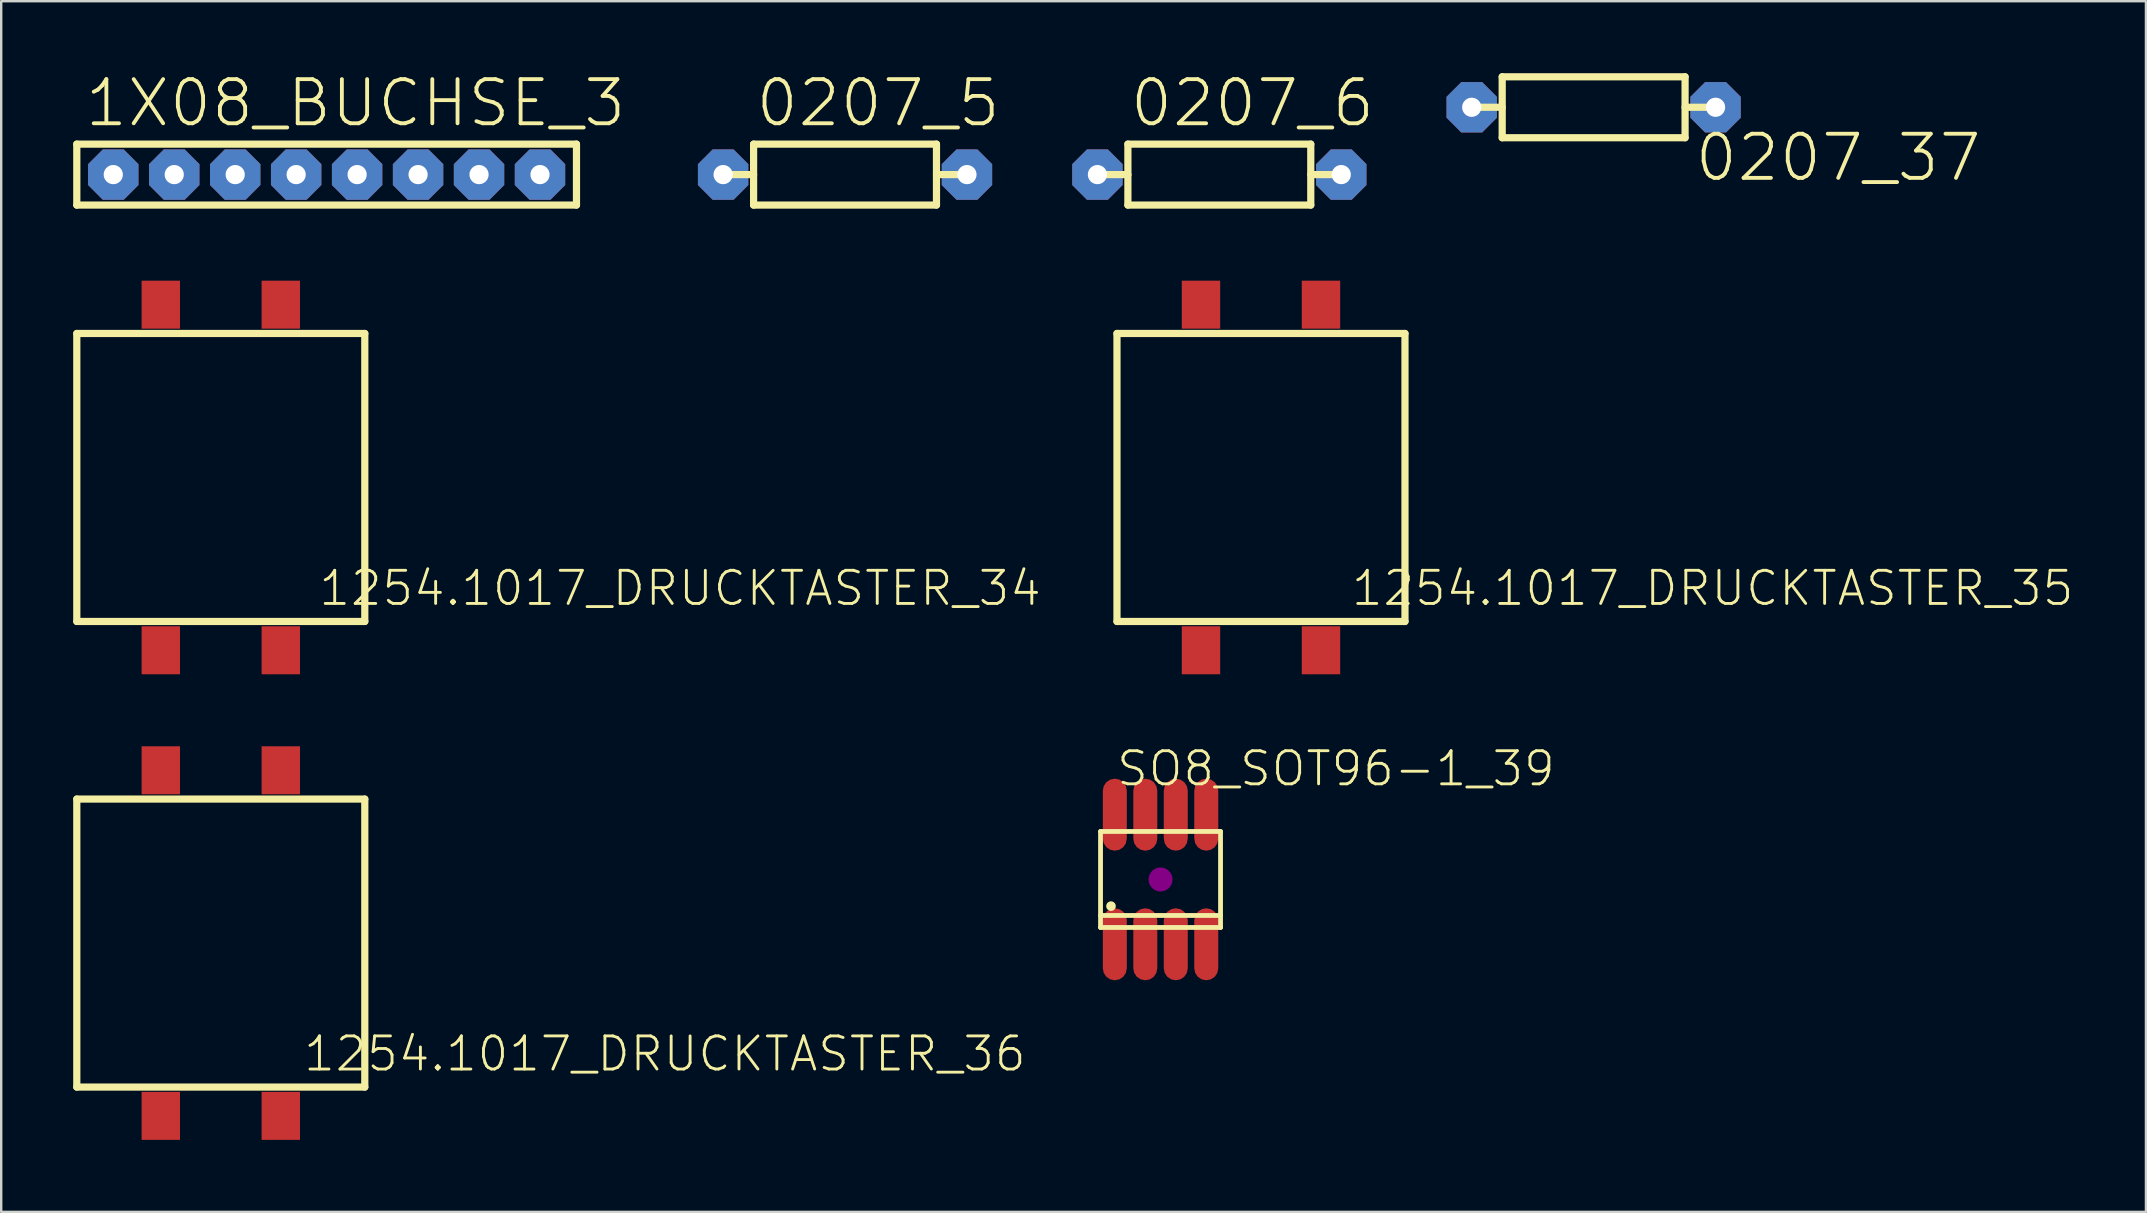
<source format=kicad_pcb>
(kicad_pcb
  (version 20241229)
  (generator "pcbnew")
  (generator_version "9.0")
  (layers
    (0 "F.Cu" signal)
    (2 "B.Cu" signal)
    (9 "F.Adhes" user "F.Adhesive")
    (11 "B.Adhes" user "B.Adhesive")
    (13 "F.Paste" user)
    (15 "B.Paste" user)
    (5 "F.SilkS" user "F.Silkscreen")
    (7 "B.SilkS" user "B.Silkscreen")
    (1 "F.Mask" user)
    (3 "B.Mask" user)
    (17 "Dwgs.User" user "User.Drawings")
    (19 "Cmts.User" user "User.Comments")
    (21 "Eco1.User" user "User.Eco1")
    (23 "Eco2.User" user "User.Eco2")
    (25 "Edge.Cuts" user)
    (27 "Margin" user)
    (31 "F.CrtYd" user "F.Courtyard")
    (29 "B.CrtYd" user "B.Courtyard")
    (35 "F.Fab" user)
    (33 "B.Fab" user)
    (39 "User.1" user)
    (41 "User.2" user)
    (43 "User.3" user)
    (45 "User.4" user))
  (footprint "1X08_BUCHSE_3"
    (layer "F.Cu")
    (at 10.56 4.225)
    (property "Reference" "1X08_BUCHSE_3" (at -10.16 -1.905 0) (layer "F.SilkS") (effects (font (size 1.84 1.84) (thickness 0.16)) (justify left bottom)))
    (fp_line (start -10.41 -1.27) (end -10.41 1.27) (stroke (width 0.3) (type solid)) (layer "F.SilkS"))
    (fp_line (start -10.41 1.27) (end 10.41 1.27) (stroke (width 0.3) (type solid)) (layer "F.SilkS"))
    (fp_line (start 10.41 -1.27) (end -10.41 -1.27) (stroke (width 0.3) (type solid)) (layer "F.SilkS"))
    (fp_line (start 10.41 1.27) (end 10.41 -1.27) (stroke (width 0.3) (type solid)) (layer "F.SilkS"))
    (pad "1" thru_hole roundrect (at -8.89 0) (size 2.1 2.1) (drill 0.8) (layers "*.Cu" "*.Mask") (roundrect_rratio 0.25) (chamfer_ratio 0.293) (chamfer top_left top_right bottom_left bottom_right))
    (pad "2" thru_hole roundrect (at -6.35 0) (size 2.1 2.1) (drill 0.8) (layers "*.Cu" "*.Mask") (roundrect_rratio 0.25) (chamfer_ratio 0.293) (chamfer top_left top_right bottom_left bottom_right))
    (pad "3" thru_hole roundrect (at -3.81 0) (size 2.1 2.1) (drill 0.8) (layers "*.Cu" "*.Mask") (roundrect_rratio 0.25) (chamfer_ratio 0.293) (chamfer top_left top_right bottom_left bottom_right))
    (pad "4" thru_hole roundrect (at -1.27 0) (size 2.1 2.1) (drill 0.8) (layers "*.Cu" "*.Mask") (roundrect_rratio 0.25) (chamfer_ratio 0.293) (chamfer top_left top_right bottom_left bottom_right))
    (pad "5" thru_hole roundrect (at 1.27 0) (size 2.1 2.1) (drill 0.8) (layers "*.Cu" "*.Mask") (roundrect_rratio 0.25) (chamfer_ratio 0.293) (chamfer top_left top_right bottom_left bottom_right))
    (pad "6" thru_hole roundrect (at 3.81 0) (size 2.1 2.1) (drill 0.8) (layers "*.Cu" "*.Mask") (roundrect_rratio 0.25) (chamfer_ratio 0.293) (chamfer top_left top_right bottom_left bottom_right))
    (pad "7" thru_hole roundrect (at 6.35 0) (size 2.1 2.1) (drill 0.8) (layers "*.Cu" "*.Mask") (roundrect_rratio 0.25) (chamfer_ratio 0.293) (chamfer top_left top_right bottom_left bottom_right))
    (pad "8" thru_hole roundrect (at 8.89 0) (size 2.1 2.1) (drill 0.8) (layers "*.Cu" "*.Mask") (roundrect_rratio 0.25) (chamfer_ratio 0.293) (chamfer top_left top_right bottom_left bottom_right)))
  (footprint "0207_6"
    (layer "F.Cu")
    (at 47.756 4.225)
    (property "Reference" "0207_6" (at -3.81 -1.905 0) (layer "F.SilkS") (effects (font (size 1.84 1.84) (thickness 0.16)) (justify left bottom)))
    (fp_line (start -5.08 0) (end -3.81 0) (stroke (width 0.3) (type solid)) (layer "F.SilkS"))
    (fp_line (start -3.81 -1.27) (end 3.81 -1.27) (stroke (width 0.3) (type solid)) (layer "F.SilkS"))
    (fp_line (start -3.81 1.27) (end -3.81 -1.27) (stroke (width 0.3) (type solid)) (layer "F.SilkS"))
    (fp_line (start 3.81 -1.27) (end 3.81 1.27) (stroke (width 0.3) (type solid)) (layer "F.SilkS"))
    (fp_line (start 3.81 0) (end 5.08 0) (stroke (width 0.3) (type solid)) (layer "F.SilkS"))
    (fp_line (start 3.81 1.27) (end -3.81 1.27) (stroke (width 0.3) (type solid)) (layer "F.SilkS"))
    (pad "1" thru_hole roundrect (at -5.08 0) (size 2.1 2.1) (drill 0.8) (layers "*.Cu" "*.Mask") (roundrect_rratio 0.25) (chamfer_ratio 0.293) (chamfer top_left top_right bottom_left bottom_right))
    (pad "2" thru_hole roundrect (at 5.08 0) (size 2.1 2.1) (drill 0.8) (layers "*.Cu" "*.Mask") (roundrect_rratio 0.25) (chamfer_ratio 0.293) (chamfer top_left top_right bottom_left bottom_right)))
  (footprint "0207_5"
    (layer "F.Cu")
    (at 32.16 4.225)
    (property "Reference" "0207_5" (at -3.81 -1.905 0) (layer "F.SilkS") (effects (font (size 1.84 1.84) (thickness 0.16)) (justify left bottom)))
    (fp_line (start -5.08 0) (end -3.81 0) (stroke (width 0.3) (type solid)) (layer "F.SilkS"))
    (fp_line (start -3.81 -1.27) (end 3.81 -1.27) (stroke (width 0.3) (type solid)) (layer "F.SilkS"))
    (fp_line (start -3.81 1.27) (end -3.81 -1.27) (stroke (width 0.3) (type solid)) (layer "F.SilkS"))
    (fp_line (start 3.81 -1.27) (end 3.81 1.27) (stroke (width 0.3) (type solid)) (layer "F.SilkS"))
    (fp_line (start 3.81 0) (end 5.08 0) (stroke (width 0.3) (type solid)) (layer "F.SilkS"))
    (fp_line (start 3.81 1.27) (end -3.81 1.27) (stroke (width 0.3) (type solid)) (layer "F.SilkS"))
    (pad "1" thru_hole roundrect (at -5.08 0) (size 2.1 2.1) (drill 0.8) (layers "*.Cu" "*.Mask") (roundrect_rratio 0.25) (chamfer_ratio 0.293) (chamfer top_left top_right bottom_left bottom_right))
    (pad "2" thru_hole roundrect (at 5.08 0) (size 2.1 2.1) (drill 0.8) (layers "*.Cu" "*.Mask") (roundrect_rratio 0.25) (chamfer_ratio 0.293) (chamfer top_left top_right bottom_left bottom_right)))
  (footprint "1254.1017_DRUCKTASTER_35"
    (layer "F.Cu")
    (at 49.491 16.845)
    (property "Reference" "1254.1017_DRUCKTASTER_35" (at 3.692 5.423 0) (layer "F.SilkS") (effects (font (size 1.38 1.38) (thickness 0.12)) (justify left bottom)))
    (fp_line (start -6 -6) (end 6 -6) (stroke (width 0.3) (type solid)) (layer "F.SilkS"))
    (fp_line (start -6 6) (end -6 -6) (stroke (width 0.3) (type solid)) (layer "F.SilkS"))
    (fp_line (start 6 -6) (end 6 6) (stroke (width 0.3) (type solid)) (layer "F.SilkS"))
    (fp_line (start 6 6) (end -6 6) (stroke (width 0.3) (type solid)) (layer "F.SilkS"))
    (pad "1" smd rect (at -2.5 -7.2) (size 1.6 2) (layers "F.Cu" "F.Mask" "F.Paste"))
    (pad "2" smd rect (at 2.5 -7.2) (size 1.6 2) (layers "F.Cu" "F.Mask" "F.Paste"))
    (pad "VIA_2" smd rect (at -2.5 7.2) (size 1.6 2) (layers "F.Cu" "F.Mask" "F.Paste"))
    (pad "VIA_3" smd rect (at 2.5 7.2) (size 1.6 2) (layers "F.Cu" "F.Mask" "F.Paste")))
  (footprint "0207_37"
    (layer "F.Cu")
    (at 63.352 1.42)
    (property "Reference" "0207_37" (at 4.128 3.175 0) (layer "F.SilkS") (effects (font (size 1.84 1.84) (thickness 0.16)) (justify left bottom)))
    (fp_line (start -5.08 0) (end -3.81 0) (stroke (width 0.3) (type solid)) (layer "F.SilkS"))
    (fp_line (start -3.81 -1.27) (end 3.81 -1.27) (stroke (width 0.3) (type solid)) (layer "F.SilkS"))
    (fp_line (start -3.81 1.27) (end -3.81 -1.27) (stroke (width 0.3) (type solid)) (layer "F.SilkS"))
    (fp_line (start 3.81 -1.27) (end 3.81 1.27) (stroke (width 0.3) (type solid)) (layer "F.SilkS"))
    (fp_line (start 3.81 0) (end 5.08 0) (stroke (width 0.3) (type solid)) (layer "F.SilkS"))
    (fp_line (start 3.81 1.27) (end -3.81 1.27) (stroke (width 0.3) (type solid)) (layer "F.SilkS"))
    (pad "1" thru_hole roundrect (at -5.08 0) (size 2.1 2.1) (drill 0.8) (layers "*.Cu" "*.Mask") (roundrect_rratio 0.25) (chamfer_ratio 0.293) (chamfer top_left top_right bottom_left bottom_right))
    (pad "2" thru_hole roundrect (at 5.08 0) (size 2.1 2.1) (drill 0.8) (layers "*.Cu" "*.Mask") (roundrect_rratio 0.25) (chamfer_ratio 0.293) (chamfer top_left top_right bottom_left bottom_right)))
  (footprint "1254.1017_DRUCKTASTER_36"
    (layer "F.Cu")
    (at 6.15 36.245)
    (property "Reference" "1254.1017_DRUCKTASTER_36" (at 3.375 5.423 0) (layer "F.SilkS") (effects (font (size 1.38 1.38) (thickness 0.12)) (justify left bottom)))
    (fp_line (start -6 -6) (end 6 -6) (stroke (width 0.3) (type solid)) (layer "F.SilkS"))
    (fp_line (start -6 6) (end -6 -6) (stroke (width 0.3) (type solid)) (layer "F.SilkS"))
    (fp_line (start 6 -6) (end 6 6) (stroke (width 0.3) (type solid)) (layer "F.SilkS"))
    (fp_line (start 6 6) (end -6 6) (stroke (width 0.3) (type solid)) (layer "F.SilkS"))
    (pad "1" smd rect (at -2.5 -7.2) (size 1.6 2) (layers "F.Cu" "F.Mask" "F.Paste"))
    (pad "2" smd rect (at 2.5 -7.2) (size 1.6 2) (layers "F.Cu" "F.Mask" "F.Paste"))
    (pad "VIA_4" smd rect (at -2.5 7.2) (size 1.6 2) (layers "F.Cu" "F.Mask" "F.Paste"))
    (pad "VIA_5" smd rect (at 2.5 7.2) (size 1.6 2) (layers "F.Cu" "F.Mask" "F.Paste")))
  (footprint "SO8_SOT96-1_39"
    (layer "F.Cu")
    (at 45.306 33.595)
    (property "Reference" "SO8_SOT96-1_39" (at -1.905 -3.81 0) (layer "F.SilkS") (effects (font (size 1.38 1.38) (thickness 0.12)) (justify left bottom)))
    (fp_poly (pts (xy -1.714 -4.162) (xy -1.551 -4.054) (xy -1.443 -3.891) (xy -1.405 -3.7) (xy -1.405 -1.7) (xy -1.443 -1.509) (xy -1.551 -1.346) (xy -1.714 -1.238) (xy -1.905 -1.2) (xy -2.096 -1.238) (xy -2.259 -1.346) (xy -2.367 -1.509) (xy -2.405 -1.7) (xy -2.405 -3.7) (xy -2.367 -3.891) (xy -2.259 -4.054) (xy -2.096 -4.162) (xy -1.905 -4.2)) (stroke (width 0) (type default)) (fill yes) (layer "F.Cu"))
    (fp_poly (pts (xy -1.714 1.238) (xy -1.551 1.346) (xy -1.443 1.509) (xy -1.405 1.7) (xy -1.405 3.7) (xy -1.443 3.891) (xy -1.551 4.054) (xy -1.714 4.162) (xy -1.905 4.2) (xy -2.096 4.162) (xy -2.259 4.054) (xy -2.367 3.891) (xy -2.405 3.7) (xy -2.405 1.7) (xy -2.367 1.509) (xy -2.259 1.346) (xy -2.096 1.238) (xy -1.905 1.2)) (stroke (width 0) (type default)) (fill yes) (layer "F.Cu"))
    (fp_poly (pts (xy -0.444 -4.162) (xy -0.281 -4.054) (xy -0.173 -3.891) (xy -0.135 -3.7) (xy -0.135 -1.7) (xy -0.173 -1.509) (xy -0.281 -1.346) (xy -0.444 -1.238) (xy -0.635 -1.2) (xy -0.826 -1.238) (xy -0.989 -1.346) (xy -1.097 -1.509) (xy -1.135 -1.7) (xy -1.135 -3.7) (xy -1.097 -3.891) (xy -0.989 -4.054) (xy -0.826 -4.162) (xy -0.635 -4.2)) (stroke (width 0) (type default)) (fill yes) (layer "F.Cu"))
    (fp_poly (pts (xy -0.444 1.238) (xy -0.281 1.346) (xy -0.173 1.509) (xy -0.135 1.7) (xy -0.135 3.7) (xy -0.173 3.891) (xy -0.281 4.054) (xy -0.444 4.162) (xy -0.635 4.2) (xy -0.826 4.162) (xy -0.989 4.054) (xy -1.097 3.891) (xy -1.135 3.7) (xy -1.135 1.7) (xy -1.097 1.509) (xy -0.989 1.346) (xy -0.826 1.238) (xy -0.635 1.2)) (stroke (width 0) (type default)) (fill yes) (layer "F.Cu"))
    (fp_poly (pts (xy 0.826 -4.162) (xy 0.989 -4.054) (xy 1.097 -3.891) (xy 1.135 -3.7) (xy 1.135 -1.7) (xy 1.097 -1.509) (xy 0.989 -1.346) (xy 0.826 -1.238) (xy 0.635 -1.2) (xy 0.444 -1.238) (xy 0.281 -1.346) (xy 0.173 -1.509) (xy 0.135 -1.7) (xy 0.135 -3.7) (xy 0.173 -3.891) (xy 0.281 -4.054) (xy 0.444 -4.162) (xy 0.635 -4.2)) (stroke (width 0) (type default)) (fill yes) (layer "F.Cu"))
    (fp_poly (pts (xy 0.826 1.238) (xy 0.989 1.346) (xy 1.097 1.509) (xy 1.135 1.7) (xy 1.135 3.7) (xy 1.097 3.891) (xy 0.989 4.054) (xy 0.826 4.162) (xy 0.635 4.2) (xy 0.444 4.162) (xy 0.281 4.054) (xy 0.173 3.891) (xy 0.135 3.7) (xy 0.135 1.7) (xy 0.173 1.509) (xy 0.281 1.346) (xy 0.444 1.238) (xy 0.635 1.2)) (stroke (width 0) (type default)) (fill yes) (layer "F.Cu"))
    (fp_poly (pts (xy 2.096 -4.162) (xy 2.259 -4.054) (xy 2.367 -3.891) (xy 2.405 -3.7) (xy 2.405 -1.7) (xy 2.367 -1.509) (xy 2.259 -1.346) (xy 2.096 -1.238) (xy 1.905 -1.2) (xy 1.714 -1.238) (xy 1.551 -1.346) (xy 1.443 -1.509) (xy 1.405 -1.7) (xy 1.405 -3.7) (xy 1.443 -3.891) (xy 1.551 -4.054) (xy 1.714 -4.162) (xy 1.905 -4.2)) (stroke (width 0) (type default)) (fill yes) (layer "F.Cu"))
    (fp_poly (pts (xy 2.096 1.238) (xy 2.259 1.346) (xy 2.367 1.509) (xy 2.405 1.7) (xy 2.405 3.7) (xy 2.367 3.891) (xy 2.259 4.054) (xy 2.096 4.162) (xy 1.905 4.2) (xy 1.714 4.162) (xy 1.551 4.054) (xy 1.443 3.891) (xy 1.405 3.7) (xy 1.405 1.7) (xy 1.443 1.509) (xy 1.551 1.346) (xy 1.714 1.238) (xy 1.905 1.2)) (stroke (width 0) (type default)) (fill yes) (layer "F.Cu"))
    (fp_line (start -2.5 -2) (end -2.5 2) (stroke (width 0.2) (type solid)) (layer "F.SilkS"))
    (fp_line (start -2.5 1.5) (end 2.5 1.5) (stroke (width 0.2) (type solid)) (layer "F.SilkS"))
    (fp_line (start -2.5 2) (end 2.5 2) (stroke (width 0.2) (type solid)) (layer "F.SilkS"))
    (fp_line (start 2.5 -2) (end -2.5 -2) (stroke (width 0.2) (type solid)) (layer "F.SilkS"))
    (fp_line (start 2.5 2) (end 2.5 -2) (stroke (width 0.2) (type solid)) (layer "F.SilkS"))
    (fp_circle (center -2.064 1.111) (end -1.964 1.111) (stroke (width 0.2) (type solid)) (fill yes) (layer "F.SilkS"))
    (fp_circle (center 0 0) (end 0.25 0) (stroke (width 0.5) (type solid)) (fill yes) (layer "F.Adhes"))
    (pad "1" smd rect (at -1.905 2.7) (size 0.5 1.5) (layers "F.Cu" "F.Mask" "F.Paste"))
    (pad "2" smd rect (at -0.635 2.7) (size 0.5 1.5) (layers "F.Cu" "F.Mask" "F.Paste"))
    (pad "3" smd rect (at 0.635 2.7) (size 0.5 1.5) (layers "F.Cu" "F.Mask" "F.Paste"))
    (pad "4" smd rect (at 1.905 2.7) (size 0.5 1.5) (layers "F.Cu" "F.Mask" "F.Paste"))
    (pad "5" smd rect (at 1.905 -2.7) (size 0.5 1.5) (layers "F.Cu" "F.Mask" "F.Paste"))
    (pad "6" smd rect (at 0.635 -2.7) (size 0.5 1.5) (layers "F.Cu" "F.Mask" "F.Paste"))
    (pad "7" smd rect (at -0.635 -2.7) (size 0.5 1.5) (layers "F.Cu" "F.Mask" "F.Paste"))
    (pad "8" smd rect (at -1.905 -2.7) (size 0.5 1.5) (layers "F.Cu" "F.Mask" "F.Paste")))
  (footprint "1254.1017_DRUCKTASTER_34"
    (layer "F.Cu")
    (at 6.15 16.845)
    (property "Reference" "1254.1017_DRUCKTASTER_34" (at 4.01 5.423 0) (layer "F.SilkS") (effects (font (size 1.38 1.38) (thickness 0.12)) (justify left bottom)))
    (fp_line (start -6 -6) (end 6 -6) (stroke (width 0.3) (type solid)) (layer "F.SilkS"))
    (fp_line (start -6 6) (end -6 -6) (stroke (width 0.3) (type solid)) (layer "F.SilkS"))
    (fp_line (start 6 -6) (end 6 6) (stroke (width 0.3) (type solid)) (layer "F.SilkS"))
    (fp_line (start 6 6) (end -6 6) (stroke (width 0.3) (type solid)) (layer "F.SilkS"))
    (pad "1" smd rect (at -2.5 -7.2) (size 1.6 2) (layers "F.Cu" "F.Mask" "F.Paste"))
    (pad "2" smd rect (at 2.5 -7.2) (size 1.6 2) (layers "F.Cu" "F.Mask" "F.Paste"))
    (pad "VIA_0" smd rect (at -2.5 7.2) (size 1.6 2) (layers "F.Cu" "F.Mask" "F.Paste"))
    (pad "VIA_1" smd rect (at 2.5 7.2) (size 1.6 2) (layers "F.Cu" "F.Mask" "F.Paste")))
  (gr_rect
    (start -3 -3)
    (end 86.365 47.445)
    (stroke (width 0.1) (type default))
    (fill no)
    (layer "Edge.Cuts")))
</source>
